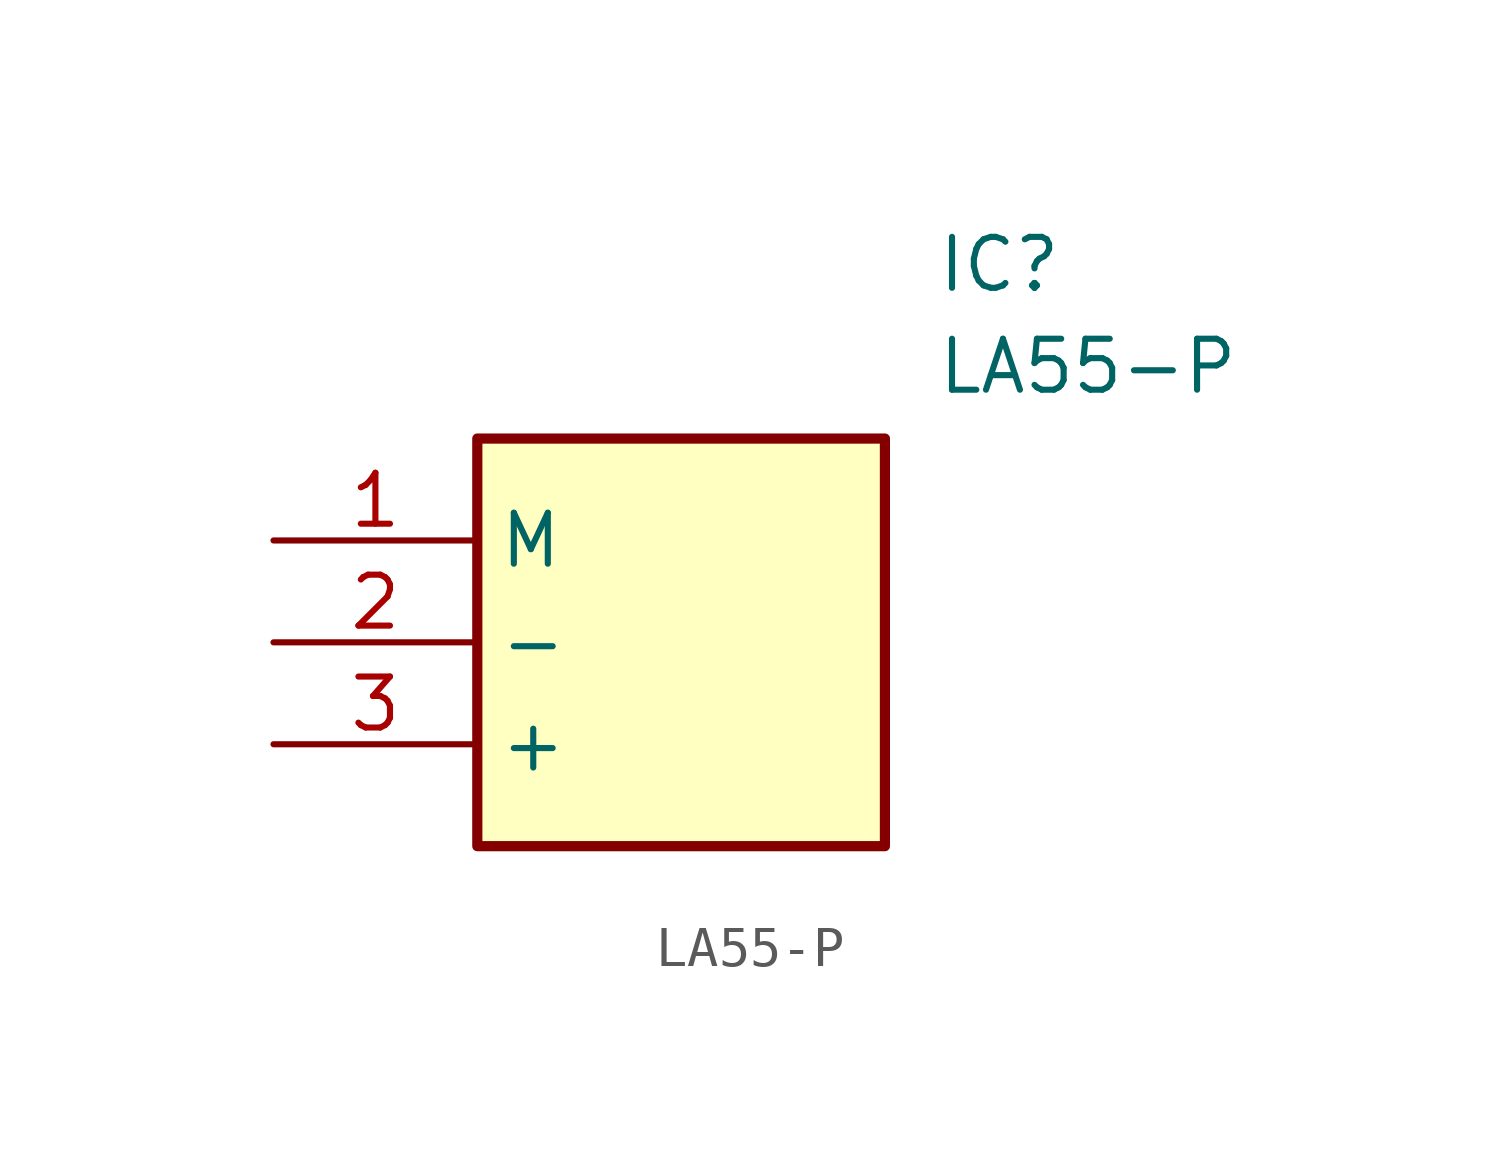
<source format=kicad_sym>
(kicad_symbol_lib
  (version 20211014)
  (generator SamacSys_ECAD_Model)
  (symbol "LA55-P"
    (property "Reference" "IC"
      (at 16.51 7.62 0)
      (effects (font (size 1.27 1.27)) (justify left top)))
    (property "Value" "LA55-P"
      (at 16.51 5.08 0)
      (effects (font (size 1.27 1.27)) (justify left top)))
    (rectangle
      (start 5.08 2.54)
      (end 15.24 -7.62)
      (stroke (width 0.254) (type default))
      (fill (type background)))
    (pin passive line
      (at 0 0 0)
      (length 5.08)
      (name "M" (effects (font (size 1.27 1.27))))
      (number "1" (effects (font (size 1.27 1.27)))))
    (pin passive line
      (at 0 -2.54 0)
      (length 5.08)
      (name "-" (effects (font (size 1.27 1.27))))
      (number "2" (effects (font (size 1.27 1.27)))))
    (pin passive line
      (at 0 -5.08 0)
      (length 5.08)
      (name "+" (effects (font (size 1.27 1.27))))
      (number "3" (effects (font (size 1.27 1.27)))))))
</source>
